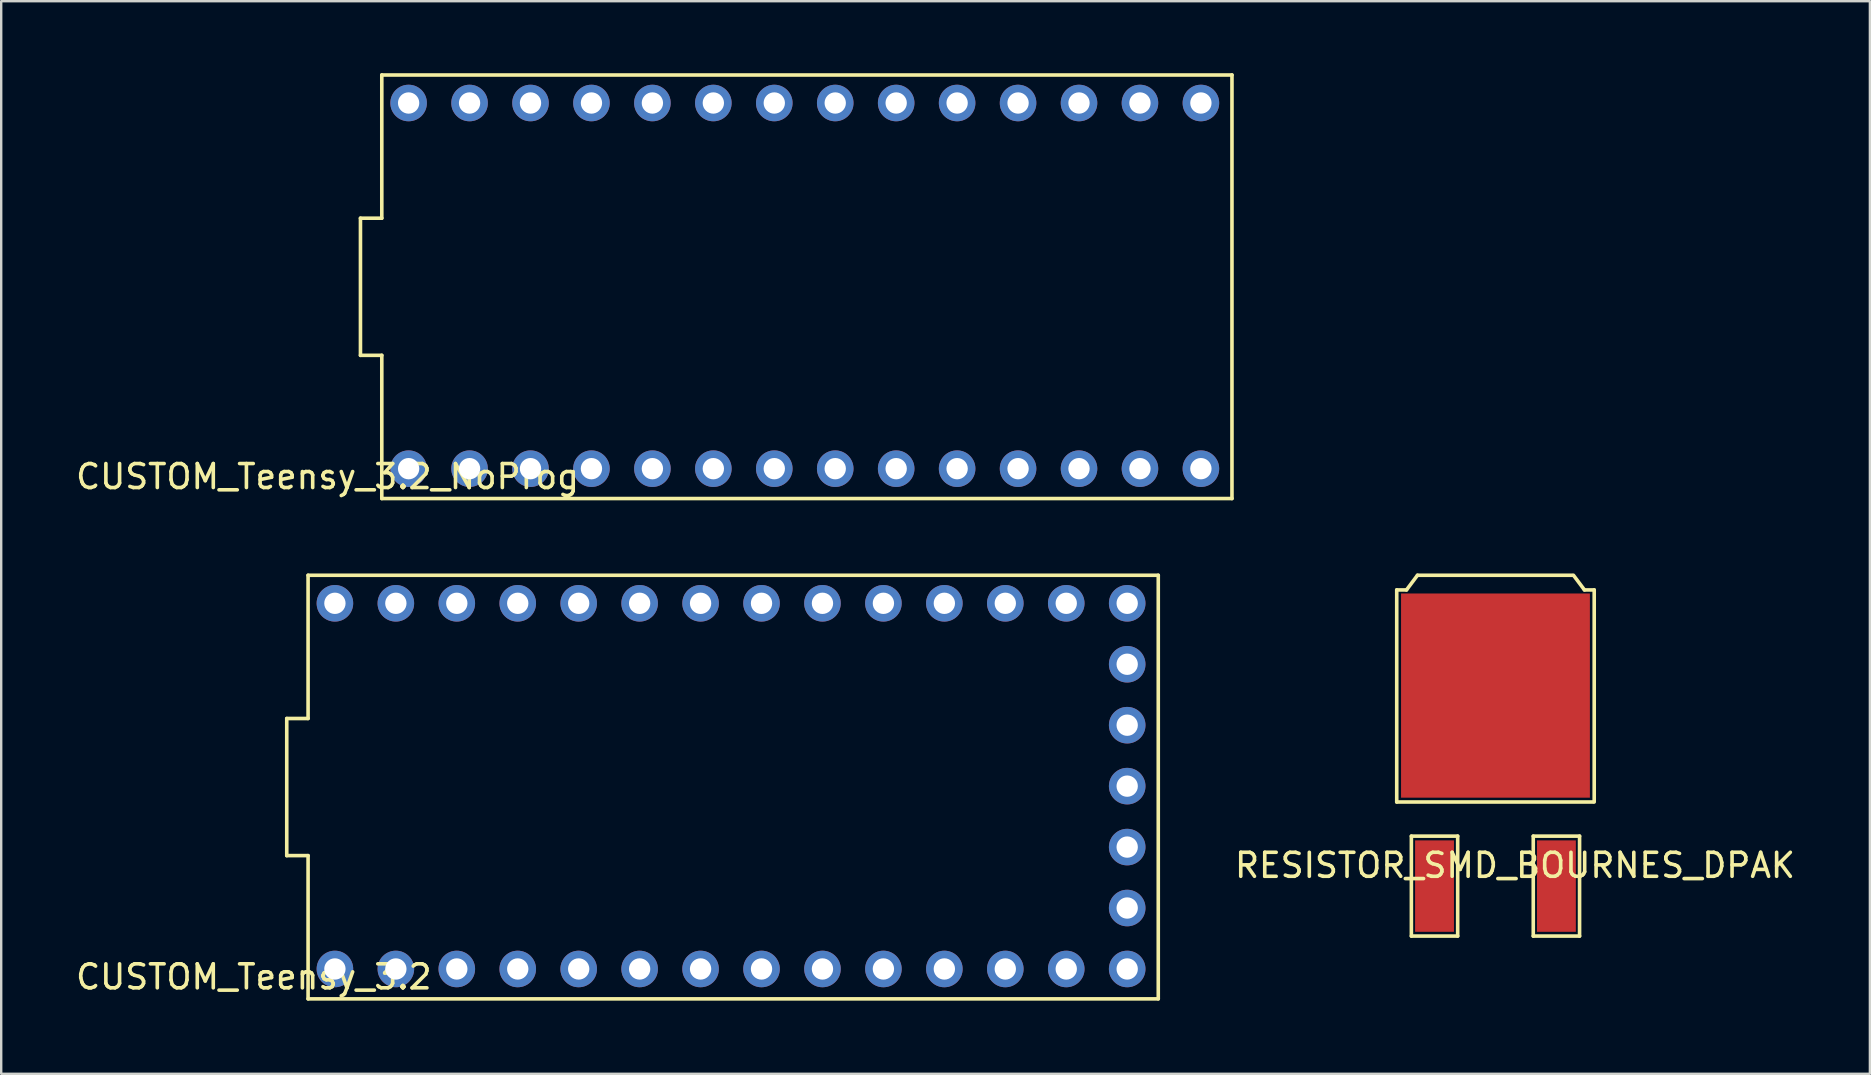
<source format=kicad_pcb>
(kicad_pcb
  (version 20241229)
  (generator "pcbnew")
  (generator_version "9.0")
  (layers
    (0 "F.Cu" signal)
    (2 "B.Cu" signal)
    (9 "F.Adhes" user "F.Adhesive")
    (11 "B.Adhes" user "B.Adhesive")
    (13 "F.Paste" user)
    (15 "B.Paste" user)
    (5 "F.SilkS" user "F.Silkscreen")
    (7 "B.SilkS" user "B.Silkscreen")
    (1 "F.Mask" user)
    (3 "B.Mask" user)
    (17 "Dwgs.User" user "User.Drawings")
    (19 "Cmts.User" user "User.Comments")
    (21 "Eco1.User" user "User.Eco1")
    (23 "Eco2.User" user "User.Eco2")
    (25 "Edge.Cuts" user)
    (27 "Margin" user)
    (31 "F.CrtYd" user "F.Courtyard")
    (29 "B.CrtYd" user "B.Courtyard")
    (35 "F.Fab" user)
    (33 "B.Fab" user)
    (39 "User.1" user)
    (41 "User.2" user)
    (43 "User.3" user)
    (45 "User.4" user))
  (footprint "RESISTOR_SMD_BOURNES_DPAK"
    (layer "F.Cu")
    (at 56.737 33.88)
    (property "Reference" "RESISTOR_SMD_BOURNES_DPAK" (at 3.353 -0.864 0) (layer "F.SilkS") (effects (font (size 1 1) (thickness 0.15))))
    (attr through_hole)
    (fp_line (start -1.575 -3.505) (end -1.575 -12.344) (stroke (width 0.15) (type solid)) (layer "F.SilkS"))
    (fp_line (start -1.575 -3.505) (end 6.604 -3.505) (stroke (width 0.15) (type solid)) (layer "F.SilkS"))
    (fp_line (start -1.168 -12.344) (end -1.575 -12.344) (stroke (width 0.15) (type solid)) (layer "F.SilkS"))
    (fp_line (start -1.168 -12.344) (end -0.711 -12.954) (stroke (width 0.15) (type solid)) (layer "F.SilkS"))
    (fp_line (start -0.965 -2.083) (end 0.965 -2.083) (stroke (width 0.15) (type solid)) (layer "F.SilkS"))
    (fp_line (start -0.965 2.083) (end -0.965 -2.083) (stroke (width 0.15) (type solid)) (layer "F.SilkS"))
    (fp_line (start -0.965 2.083) (end 0.965 2.083) (stroke (width 0.15) (type solid)) (layer "F.SilkS"))
    (fp_line (start -0.711 -12.954) (end 5.74 -12.954) (stroke (width 0.15) (type solid)) (layer "F.SilkS"))
    (fp_line (start 0.965 2.083) (end 0.965 -2.083) (stroke (width 0.15) (type solid)) (layer "F.SilkS"))
    (fp_line (start 4.115 -2.083) (end 6.045 -2.083) (stroke (width 0.15) (type solid)) (layer "F.SilkS"))
    (fp_line (start 4.115 2.083) (end 4.115 -2.083) (stroke (width 0.15) (type solid)) (layer "F.SilkS"))
    (fp_line (start 4.115 2.083) (end 6.045 2.083) (stroke (width 0.15) (type solid)) (layer "F.SilkS"))
    (fp_line (start 6.045 2.083) (end 6.045 -2.083) (stroke (width 0.15) (type solid)) (layer "F.SilkS"))
    (fp_line (start 6.248 -12.344) (end 5.791 -12.954) (stroke (width 0.15) (type solid)) (layer "F.SilkS"))
    (fp_line (start 6.655 -12.344) (end 6.248 -12.344) (stroke (width 0.15) (type solid)) (layer "F.SilkS"))
    (fp_line (start 6.655 -3.505) (end 6.655 -12.344) (stroke (width 0.15) (type solid)) (layer "F.SilkS"))
    (pad "" smd rect (at -1.395 -3.685) (size 7.87 8.51) (drill (offset 3.935 -4.255)) (layers "F.Cu" "F.Mask" "F.Paste"))
    (pad "1" smd rect (at 5.08 0) (size 1.62 3.81) (layers "F.Cu" "F.Mask" "F.Paste"))
    (pad "2" smd rect (at 0 0) (size 1.62 3.81) (layers "F.Cu" "F.Mask" "F.Paste")))
  (footprint "CUSTOM_Teensy_3.2"
    (layer "F.Cu")
    (at 10.806 38.452)
    (property "Reference" "CUSTOM_Teensy_3.2" (at -3.277 -0.787 0) (layer "F.SilkS") (effects (font (size 1 1) (thickness 0.15))))
    (attr through_hole)
    (fp_line (start -1.905 -11.557) (end -1.905 -5.842) (stroke (width 0.15) (type solid)) (layer "F.SilkS"))
    (fp_line (start -1.016 -17.526) (end -1.016 -11.557) (stroke (width 0.15) (type solid)) (layer "F.SilkS"))
    (fp_line (start -1.016 -11.557) (end -1.905 -11.557) (stroke (width 0.15) (type solid)) (layer "F.SilkS"))
    (fp_line (start -1.016 -5.842) (end -1.905 -5.842) (stroke (width 0.15) (type solid)) (layer "F.SilkS"))
    (fp_line (start -1.016 -5.842) (end -1.016 0.127) (stroke (width 0.15) (type solid)) (layer "F.SilkS"))
    (fp_line (start -1.016 0.127) (end 34.417 0.127) (stroke (width 0.15) (type solid)) (layer "F.SilkS"))
    (fp_line (start 34.417 -17.526) (end -1.016 -17.526) (stroke (width 0.15) (type solid)) (layer "F.SilkS"))
    (fp_line (start 34.417 0.127) (end 34.417 -17.526) (stroke (width 0.15) (type solid)) (layer "F.SilkS"))
    (pad "1" thru_hole circle (at 0.102 -1.118) (size 1.524 1.524) (drill 0.889) (layers "*.Cu" "*.Mask"))
    (pad "2" thru_hole circle (at 2.642 -1.118) (size 1.524 1.524) (drill 0.889) (layers "*.Cu" "*.Mask"))
    (pad "3" thru_hole circle (at 5.182 -1.118) (size 1.524 1.524) (drill 0.889) (layers "*.Cu" "*.Mask"))
    (pad "4" thru_hole circle (at 7.722 -1.118) (size 1.524 1.524) (drill 0.889) (layers "*.Cu" "*.Mask"))
    (pad "5" thru_hole circle (at 10.262 -1.118) (size 1.524 1.524) (drill 0.889) (layers "*.Cu" "*.Mask"))
    (pad "6" thru_hole circle (at 12.802 -1.118) (size 1.524 1.524) (drill 0.889) (layers "*.Cu" "*.Mask"))
    (pad "7" thru_hole circle (at 15.342 -1.118) (size 1.524 1.524) (drill 0.889) (layers "*.Cu" "*.Mask"))
    (pad "8" thru_hole circle (at 17.882 -1.118) (size 1.524 1.524) (drill 0.889) (layers "*.Cu" "*.Mask"))
    (pad "9" thru_hole circle (at 20.422 -1.118) (size 1.524 1.524) (drill 0.889) (layers "*.Cu" "*.Mask"))
    (pad "10" thru_hole circle (at 22.962 -1.118) (size 1.524 1.524) (drill 0.889) (layers "*.Cu" "*.Mask"))
    (pad "11" thru_hole circle (at 25.502 -1.118) (size 1.524 1.524) (drill 0.889) (layers "*.Cu" "*.Mask"))
    (pad "12" thru_hole circle (at 28.042 -1.118) (size 1.524 1.524) (drill 0.889) (layers "*.Cu" "*.Mask"))
    (pad "13" thru_hole circle (at 30.582 -1.118) (size 1.524 1.524) (drill 0.889) (layers "*.Cu" "*.Mask"))
    (pad "14" thru_hole circle (at 33.122 -1.118) (size 1.524 1.524) (drill 0.889) (layers "*.Cu" "*.Mask"))
    (pad "15" thru_hole circle (at 33.122 -3.658) (size 1.524 1.524) (drill 0.889) (layers "*.Cu" "*.Mask"))
    (pad "16" thru_hole circle (at 33.122 -6.198) (size 1.524 1.524) (drill 0.889) (layers "*.Cu" "*.Mask"))
    (pad "17" thru_hole circle (at 33.122 -8.738) (size 1.524 1.524) (drill 0.889) (layers "*.Cu" "*.Mask"))
    (pad "18" thru_hole circle (at 33.122 -11.278) (size 1.524 1.524) (drill 0.889) (layers "*.Cu" "*.Mask"))
    (pad "19" thru_hole circle (at 33.122 -13.818) (size 1.524 1.524) (drill 0.889) (layers "*.Cu" "*.Mask"))
    (pad "20" thru_hole circle (at 33.122 -16.358) (size 1.524 1.524) (drill 0.889) (layers "*.Cu" "*.Mask"))
    (pad "21" thru_hole circle (at 30.582 -16.358) (size 1.524 1.524) (drill 0.889) (layers "*.Cu" "*.Mask"))
    (pad "22" thru_hole circle (at 28.042 -16.358) (size 1.524 1.524) (drill 0.889) (layers "*.Cu" "*.Mask"))
    (pad "23" thru_hole circle (at 25.502 -16.358) (size 1.524 1.524) (drill 0.889) (layers "*.Cu" "*.Mask"))
    (pad "24" thru_hole circle (at 22.962 -16.358) (size 1.524 1.524) (drill 0.889) (layers "*.Cu" "*.Mask"))
    (pad "25" thru_hole circle (at 20.422 -16.358) (size 1.524 1.524) (drill 0.889) (layers "*.Cu" "*.Mask"))
    (pad "26" thru_hole circle (at 17.882 -16.358) (size 1.524 1.524) (drill 0.889) (layers "*.Cu" "*.Mask"))
    (pad "27" thru_hole circle (at 15.342 -16.358) (size 1.524 1.524) (drill 0.889) (layers "*.Cu" "*.Mask"))
    (pad "28" thru_hole circle (at 12.802 -16.358) (size 1.524 1.524) (drill 0.889) (layers "*.Cu" "*.Mask"))
    (pad "29" thru_hole circle (at 10.262 -16.358) (size 1.524 1.524) (drill 0.889) (layers "*.Cu" "*.Mask"))
    (pad "30" thru_hole circle (at 7.722 -16.358) (size 1.524 1.524) (drill 0.889) (layers "*.Cu" "*.Mask"))
    (pad "31" thru_hole circle (at 5.182 -16.358) (size 1.524 1.524) (drill 0.889) (layers "*.Cu" "*.Mask"))
    (pad "32" thru_hole circle (at 2.642 -16.358) (size 1.524 1.524) (drill 0.889) (layers "*.Cu" "*.Mask"))
    (pad "33" thru_hole circle (at 0.102 -16.358) (size 1.524 1.524) (drill 0.889) (layers "*.Cu" "*.Mask")))
  (footprint "CUSTOM_Teensy_3.2_NoProg"
    (layer "F.Cu")
    (at 13.878 17.601)
    (property "Reference" "CUSTOM_Teensy_3.2_NoProg" (at -3.277 -0.787 0) (layer "F.SilkS") (effects (font (size 1 1) (thickness 0.15))))
    (attr through_hole)
    (fp_line (start -1.905 -11.557) (end -1.905 -5.842) (stroke (width 0.15) (type solid)) (layer "F.SilkS"))
    (fp_line (start -1.016 -17.526) (end -1.016 -11.557) (stroke (width 0.15) (type solid)) (layer "F.SilkS"))
    (fp_line (start -1.016 -11.557) (end -1.905 -11.557) (stroke (width 0.15) (type solid)) (layer "F.SilkS"))
    (fp_line (start -1.016 -5.842) (end -1.905 -5.842) (stroke (width 0.15) (type solid)) (layer "F.SilkS"))
    (fp_line (start -1.016 -5.842) (end -1.016 0.127) (stroke (width 0.15) (type solid)) (layer "F.SilkS"))
    (fp_line (start -1.016 0.127) (end 34.417 0.127) (stroke (width 0.15) (type solid)) (layer "F.SilkS"))
    (fp_line (start 34.417 -17.526) (end -1.016 -17.526) (stroke (width 0.15) (type solid)) (layer "F.SilkS"))
    (fp_line (start 34.417 0.127) (end 34.417 -17.526) (stroke (width 0.15) (type solid)) (layer "F.SilkS"))
    (pad "1" thru_hole circle (at 0.102 -1.118) (size 1.524 1.524) (drill 0.889) (layers "*.Cu" "*.Mask"))
    (pad "2" thru_hole circle (at 2.642 -1.118) (size 1.524 1.524) (drill 0.889) (layers "*.Cu" "*.Mask"))
    (pad "3" thru_hole circle (at 5.182 -1.118) (size 1.524 1.524) (drill 0.889) (layers "*.Cu" "*.Mask"))
    (pad "4" thru_hole circle (at 7.722 -1.118) (size 1.524 1.524) (drill 0.889) (layers "*.Cu" "*.Mask"))
    (pad "5" thru_hole circle (at 10.262 -1.118) (size 1.524 1.524) (drill 0.889) (layers "*.Cu" "*.Mask"))
    (pad "6" thru_hole circle (at 12.802 -1.118) (size 1.524 1.524) (drill 0.889) (layers "*.Cu" "*.Mask"))
    (pad "7" thru_hole circle (at 15.342 -1.118) (size 1.524 1.524) (drill 0.889) (layers "*.Cu" "*.Mask"))
    (pad "8" thru_hole circle (at 17.882 -1.118) (size 1.524 1.524) (drill 0.889) (layers "*.Cu" "*.Mask"))
    (pad "9" thru_hole circle (at 20.422 -1.118) (size 1.524 1.524) (drill 0.889) (layers "*.Cu" "*.Mask"))
    (pad "10" thru_hole circle (at 22.962 -1.118) (size 1.524 1.524) (drill 0.889) (layers "*.Cu" "*.Mask"))
    (pad "11" thru_hole circle (at 25.502 -1.118) (size 1.524 1.524) (drill 0.889) (layers "*.Cu" "*.Mask"))
    (pad "12" thru_hole circle (at 28.042 -1.118) (size 1.524 1.524) (drill 0.889) (layers "*.Cu" "*.Mask"))
    (pad "13" thru_hole circle (at 30.582 -1.118) (size 1.524 1.524) (drill 0.889) (layers "*.Cu" "*.Mask"))
    (pad "14" thru_hole circle (at 33.122 -1.118) (size 1.524 1.524) (drill 0.889) (layers "*.Cu" "*.Mask"))
    (pad "20" thru_hole circle (at 33.122 -16.358) (size 1.524 1.524) (drill 0.889) (layers "*.Cu" "*.Mask"))
    (pad "21" thru_hole circle (at 30.582 -16.358) (size 1.524 1.524) (drill 0.889) (layers "*.Cu" "*.Mask"))
    (pad "22" thru_hole circle (at 28.042 -16.358) (size 1.524 1.524) (drill 0.889) (layers "*.Cu" "*.Mask"))
    (pad "23" thru_hole circle (at 25.502 -16.358) (size 1.524 1.524) (drill 0.889) (layers "*.Cu" "*.Mask"))
    (pad "24" thru_hole circle (at 22.962 -16.358) (size 1.524 1.524) (drill 0.889) (layers "*.Cu" "*.Mask"))
    (pad "25" thru_hole circle (at 20.422 -16.358) (size 1.524 1.524) (drill 0.889) (layers "*.Cu" "*.Mask"))
    (pad "26" thru_hole circle (at 17.882 -16.358) (size 1.524 1.524) (drill 0.889) (layers "*.Cu" "*.Mask"))
    (pad "27" thru_hole circle (at 15.342 -16.358) (size 1.524 1.524) (drill 0.889) (layers "*.Cu" "*.Mask"))
    (pad "28" thru_hole circle (at 12.802 -16.358) (size 1.524 1.524) (drill 0.889) (layers "*.Cu" "*.Mask"))
    (pad "29" thru_hole circle (at 10.262 -16.358) (size 1.524 1.524) (drill 0.889) (layers "*.Cu" "*.Mask"))
    (pad "30" thru_hole circle (at 7.722 -16.358) (size 1.524 1.524) (drill 0.889) (layers "*.Cu" "*.Mask"))
    (pad "31" thru_hole circle (at 5.182 -16.358) (size 1.524 1.524) (drill 0.889) (layers "*.Cu" "*.Mask"))
    (pad "32" thru_hole circle (at 2.642 -16.358) (size 1.524 1.524) (drill 0.889) (layers "*.Cu" "*.Mask"))
    (pad "33" thru_hole circle (at 0.102 -16.358) (size 1.524 1.524) (drill 0.889) (layers "*.Cu" "*.Mask")))
  (gr_rect
    (start -3 -3)
    (end 74.882 41.702)
    (stroke (width 0.1) (type default))
    (fill no)
    (layer "Edge.Cuts")))
</source>
